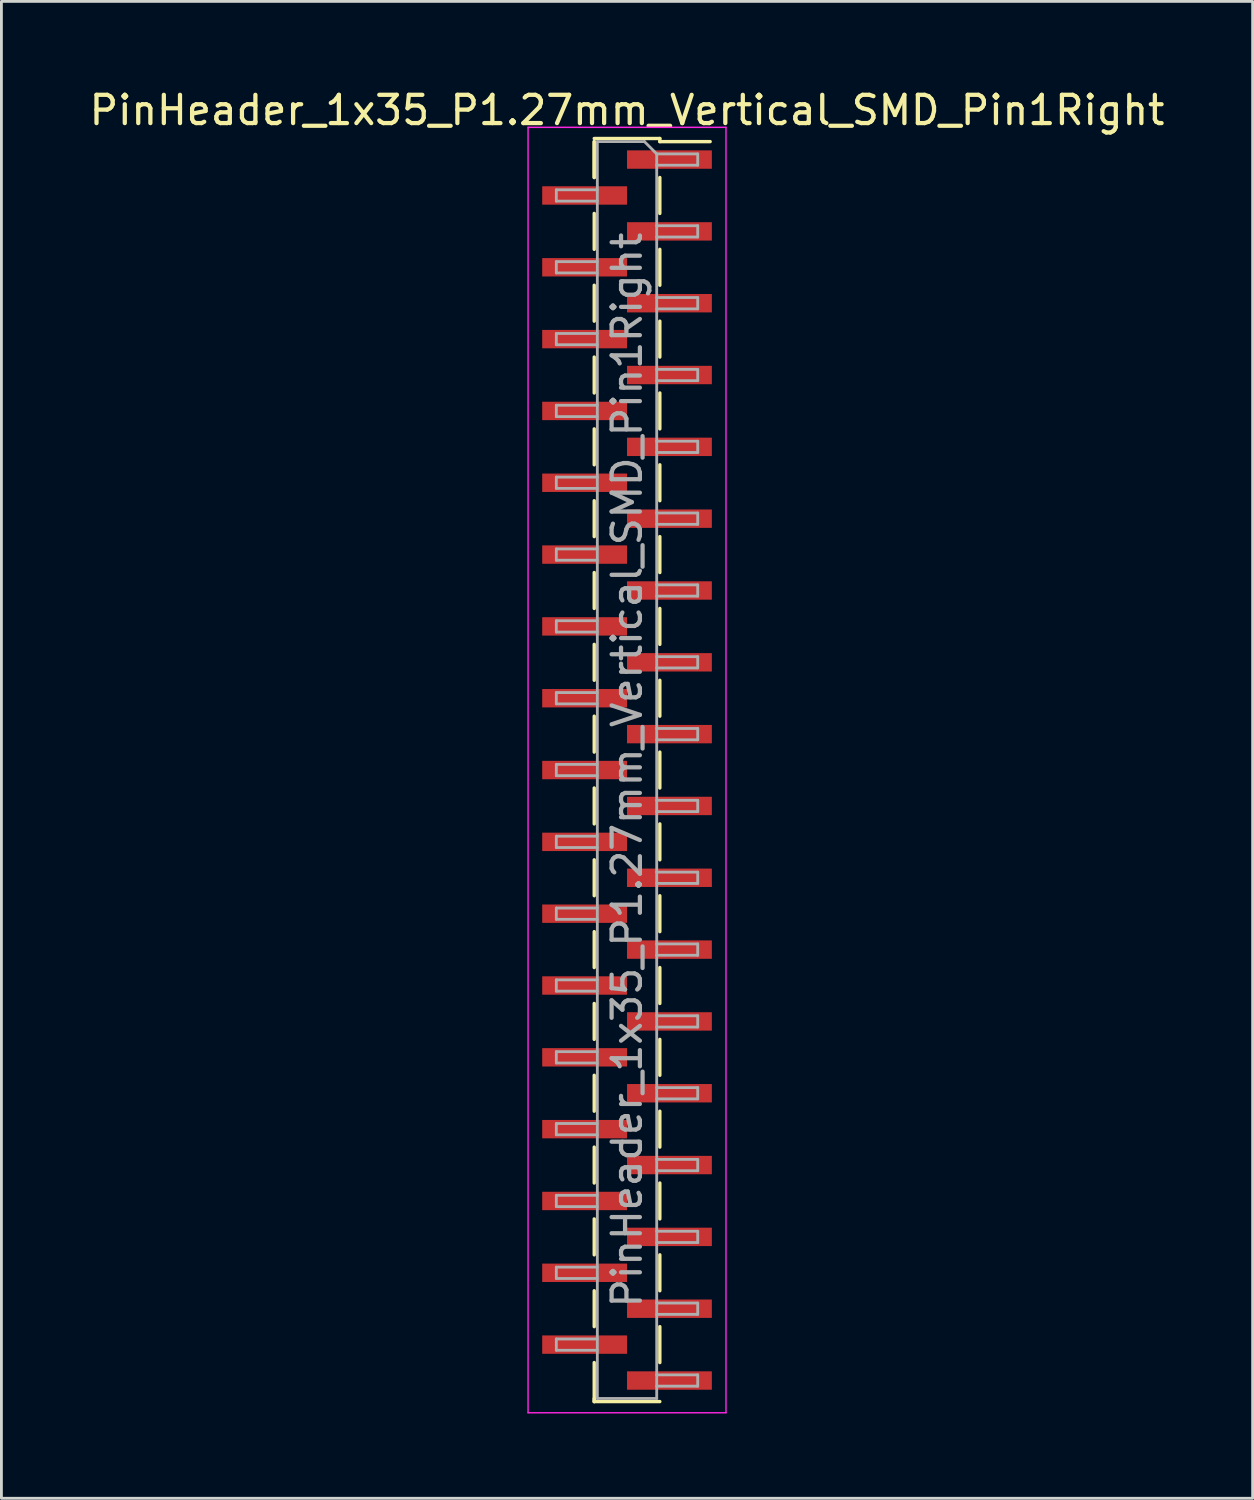
<source format=kicad_pcb>
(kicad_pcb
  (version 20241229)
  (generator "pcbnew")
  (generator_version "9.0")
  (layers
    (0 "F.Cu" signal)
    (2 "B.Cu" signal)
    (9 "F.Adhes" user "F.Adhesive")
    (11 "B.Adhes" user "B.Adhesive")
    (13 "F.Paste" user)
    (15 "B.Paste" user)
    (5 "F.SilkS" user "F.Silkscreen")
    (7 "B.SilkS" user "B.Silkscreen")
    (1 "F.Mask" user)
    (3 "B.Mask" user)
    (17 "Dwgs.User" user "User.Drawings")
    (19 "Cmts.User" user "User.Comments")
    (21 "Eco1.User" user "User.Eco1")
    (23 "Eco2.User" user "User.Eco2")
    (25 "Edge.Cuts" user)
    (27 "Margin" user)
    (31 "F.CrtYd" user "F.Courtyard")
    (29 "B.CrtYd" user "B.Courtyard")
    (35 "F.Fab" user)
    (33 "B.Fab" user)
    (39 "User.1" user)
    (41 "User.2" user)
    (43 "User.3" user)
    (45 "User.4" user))
  (footprint "PinHeader_1x35_P1.27mm_Vertical_SMD_Pin1Right"
    (layer "F.Cu")
    (at 19.125 24.183)
    (property "Reference" "PinHeader_1x35_P1.27mm_Vertical_SMD_Pin1Right" (at 0 -23.335 0) (layer "F.SilkS") (effects (font (size 1 1) (thickness 0.15))))
    (attr smd)
    (fp_line (start -1.16 -22.335) (end 1.16 -22.335) (stroke (width 0.12) (type solid)) (layer "F.SilkS"))
    (fp_line (start -1.16 -22.225) (end -1.16 -20.955) (stroke (width 0.12) (type solid)) (layer "F.SilkS"))
    (fp_line (start -1.16 -22.225) (end -1.16 -20.955) (stroke (width 0.12) (type solid)) (layer "F.SilkS"))
    (fp_line (start -1.16 -19.685) (end -1.16 -18.415) (stroke (width 0.12) (type solid)) (layer "F.SilkS"))
    (fp_line (start -1.16 -17.145) (end -1.16 -15.875) (stroke (width 0.12) (type solid)) (layer "F.SilkS"))
    (fp_line (start -1.16 -14.605) (end -1.16 -13.335) (stroke (width 0.12) (type solid)) (layer "F.SilkS"))
    (fp_line (start -1.16 -12.065) (end -1.16 -10.795) (stroke (width 0.12) (type solid)) (layer "F.SilkS"))
    (fp_line (start -1.16 -9.525) (end -1.16 -8.255) (stroke (width 0.12) (type solid)) (layer "F.SilkS"))
    (fp_line (start -1.16 -6.985) (end -1.16 -5.715) (stroke (width 0.12) (type solid)) (layer "F.SilkS"))
    (fp_line (start -1.16 -4.445) (end -1.16 -3.175) (stroke (width 0.12) (type solid)) (layer "F.SilkS"))
    (fp_line (start -1.16 -1.905) (end -1.16 -0.635) (stroke (width 0.12) (type solid)) (layer "F.SilkS"))
    (fp_line (start -1.16 0.635) (end -1.16 1.905) (stroke (width 0.12) (type solid)) (layer "F.SilkS"))
    (fp_line (start -1.16 3.175) (end -1.16 4.445) (stroke (width 0.12) (type solid)) (layer "F.SilkS"))
    (fp_line (start -1.16 5.715) (end -1.16 6.985) (stroke (width 0.12) (type solid)) (layer "F.SilkS"))
    (fp_line (start -1.16 8.255) (end -1.16 9.525) (stroke (width 0.12) (type solid)) (layer "F.SilkS"))
    (fp_line (start -1.16 10.795) (end -1.16 12.065) (stroke (width 0.12) (type solid)) (layer "F.SilkS"))
    (fp_line (start -1.16 13.335) (end -1.16 14.605) (stroke (width 0.12) (type solid)) (layer "F.SilkS"))
    (fp_line (start -1.16 15.875) (end -1.16 17.145) (stroke (width 0.12) (type solid)) (layer "F.SilkS"))
    (fp_line (start -1.16 18.415) (end -1.16 19.685) (stroke (width 0.12) (type solid)) (layer "F.SilkS"))
    (fp_line (start -1.16 20.955) (end -1.16 22.335) (stroke (width 0.12) (type solid)) (layer "F.SilkS"))
    (fp_line (start -1.16 22.225) (end -1.16 22.335) (stroke (width 0.12) (type solid)) (layer "F.SilkS"))
    (fp_line (start -1.16 22.335) (end 1.16 22.335) (stroke (width 0.12) (type solid)) (layer "F.SilkS"))
    (fp_line (start 1.16 -22.335) (end 1.16 -22.225) (stroke (width 0.12) (type solid)) (layer "F.SilkS"))
    (fp_line (start 1.16 -22.225) (end 2.94 -22.225) (stroke (width 0.12) (type solid)) (layer "F.SilkS"))
    (fp_line (start 1.16 -20.955) (end 1.16 -19.685) (stroke (width 0.12) (type solid)) (layer "F.SilkS"))
    (fp_line (start 1.16 -18.415) (end 1.16 -17.145) (stroke (width 0.12) (type solid)) (layer "F.SilkS"))
    (fp_line (start 1.16 -15.875) (end 1.16 -14.605) (stroke (width 0.12) (type solid)) (layer "F.SilkS"))
    (fp_line (start 1.16 -13.335) (end 1.16 -12.065) (stroke (width 0.12) (type solid)) (layer "F.SilkS"))
    (fp_line (start 1.16 -10.795) (end 1.16 -9.525) (stroke (width 0.12) (type solid)) (layer "F.SilkS"))
    (fp_line (start 1.16 -8.255) (end 1.16 -6.985) (stroke (width 0.12) (type solid)) (layer "F.SilkS"))
    (fp_line (start 1.16 -5.715) (end 1.16 -4.445) (stroke (width 0.12) (type solid)) (layer "F.SilkS"))
    (fp_line (start 1.16 -3.175) (end 1.16 -1.905) (stroke (width 0.12) (type solid)) (layer "F.SilkS"))
    (fp_line (start 1.16 -0.635) (end 1.16 0.635) (stroke (width 0.12) (type solid)) (layer "F.SilkS"))
    (fp_line (start 1.16 1.905) (end 1.16 3.175) (stroke (width 0.12) (type solid)) (layer "F.SilkS"))
    (fp_line (start 1.16 4.445) (end 1.16 5.715) (stroke (width 0.12) (type solid)) (layer "F.SilkS"))
    (fp_line (start 1.16 6.985) (end 1.16 8.255) (stroke (width 0.12) (type solid)) (layer "F.SilkS"))
    (fp_line (start 1.16 9.525) (end 1.16 10.795) (stroke (width 0.12) (type solid)) (layer "F.SilkS"))
    (fp_line (start 1.16 12.065) (end 1.16 13.335) (stroke (width 0.12) (type solid)) (layer "F.SilkS"))
    (fp_line (start 1.16 14.605) (end 1.16 15.875) (stroke (width 0.12) (type solid)) (layer "F.SilkS"))
    (fp_line (start 1.16 17.145) (end 1.16 18.415) (stroke (width 0.12) (type solid)) (layer "F.SilkS"))
    (fp_line (start 1.16 19.685) (end 1.16 20.955) (stroke (width 0.12) (type solid)) (layer "F.SilkS"))
    (fp_line (start -3.5 -22.73) (end -3.5 22.73) (stroke (width 0.05) (type solid)) (layer "F.CrtYd"))
    (fp_line (start -3.5 22.73) (end 3.5 22.73) (stroke (width 0.05) (type solid)) (layer "F.CrtYd"))
    (fp_line (start 3.5 -22.73) (end -3.5 -22.73) (stroke (width 0.05) (type solid)) (layer "F.CrtYd"))
    (fp_line (start 3.5 22.73) (end 3.5 -22.73) (stroke (width 0.05) (type solid)) (layer "F.CrtYd"))
    (fp_line (start -2.5 -20.52) (end -2.5 -20.12) (stroke (width 0.1) (type solid)) (layer "F.Fab"))
    (fp_line (start -2.5 -20.12) (end -1.05 -20.12) (stroke (width 0.1) (type solid)) (layer "F.Fab"))
    (fp_line (start -2.5 -17.98) (end -2.5 -17.58) (stroke (width 0.1) (type solid)) (layer "F.Fab"))
    (fp_line (start -2.5 -17.58) (end -1.05 -17.58) (stroke (width 0.1) (type solid)) (layer "F.Fab"))
    (fp_line (start -2.5 -15.44) (end -2.5 -15.04) (stroke (width 0.1) (type solid)) (layer "F.Fab"))
    (fp_line (start -2.5 -15.04) (end -1.05 -15.04) (stroke (width 0.1) (type solid)) (layer "F.Fab"))
    (fp_line (start -2.5 -12.9) (end -2.5 -12.5) (stroke (width 0.1) (type solid)) (layer "F.Fab"))
    (fp_line (start -2.5 -12.5) (end -1.05 -12.5) (stroke (width 0.1) (type solid)) (layer "F.Fab"))
    (fp_line (start -2.5 -10.36) (end -2.5 -9.96) (stroke (width 0.1) (type solid)) (layer "F.Fab"))
    (fp_line (start -2.5 -9.96) (end -1.05 -9.96) (stroke (width 0.1) (type solid)) (layer "F.Fab"))
    (fp_line (start -2.5 -7.82) (end -2.5 -7.42) (stroke (width 0.1) (type solid)) (layer "F.Fab"))
    (fp_line (start -2.5 -7.42) (end -1.05 -7.42) (stroke (width 0.1) (type solid)) (layer "F.Fab"))
    (fp_line (start -2.5 -5.28) (end -2.5 -4.88) (stroke (width 0.1) (type solid)) (layer "F.Fab"))
    (fp_line (start -2.5 -4.88) (end -1.05 -4.88) (stroke (width 0.1) (type solid)) (layer "F.Fab"))
    (fp_line (start -2.5 -2.74) (end -2.5 -2.34) (stroke (width 0.1) (type solid)) (layer "F.Fab"))
    (fp_line (start -2.5 -2.34) (end -1.05 -2.34) (stroke (width 0.1) (type solid)) (layer "F.Fab"))
    (fp_line (start -2.5 -0.2) (end -2.5 0.2) (stroke (width 0.1) (type solid)) (layer "F.Fab"))
    (fp_line (start -2.5 0.2) (end -1.05 0.2) (stroke (width 0.1) (type solid)) (layer "F.Fab"))
    (fp_line (start -2.5 2.34) (end -2.5 2.74) (stroke (width 0.1) (type solid)) (layer "F.Fab"))
    (fp_line (start -2.5 2.74) (end -1.05 2.74) (stroke (width 0.1) (type solid)) (layer "F.Fab"))
    (fp_line (start -2.5 4.88) (end -2.5 5.28) (stroke (width 0.1) (type solid)) (layer "F.Fab"))
    (fp_line (start -2.5 5.28) (end -1.05 5.28) (stroke (width 0.1) (type solid)) (layer "F.Fab"))
    (fp_line (start -2.5 7.42) (end -2.5 7.82) (stroke (width 0.1) (type solid)) (layer "F.Fab"))
    (fp_line (start -2.5 7.82) (end -1.05 7.82) (stroke (width 0.1) (type solid)) (layer "F.Fab"))
    (fp_line (start -2.5 9.96) (end -2.5 10.36) (stroke (width 0.1) (type solid)) (layer "F.Fab"))
    (fp_line (start -2.5 10.36) (end -1.05 10.36) (stroke (width 0.1) (type solid)) (layer "F.Fab"))
    (fp_line (start -2.5 12.5) (end -2.5 12.9) (stroke (width 0.1) (type solid)) (layer "F.Fab"))
    (fp_line (start -2.5 12.9) (end -1.05 12.9) (stroke (width 0.1) (type solid)) (layer "F.Fab"))
    (fp_line (start -2.5 15.04) (end -2.5 15.44) (stroke (width 0.1) (type solid)) (layer "F.Fab"))
    (fp_line (start -2.5 15.44) (end -1.05 15.44) (stroke (width 0.1) (type solid)) (layer "F.Fab"))
    (fp_line (start -2.5 17.58) (end -2.5 17.98) (stroke (width 0.1) (type solid)) (layer "F.Fab"))
    (fp_line (start -2.5 17.98) (end -1.05 17.98) (stroke (width 0.1) (type solid)) (layer "F.Fab"))
    (fp_line (start -2.5 20.12) (end -2.5 20.52) (stroke (width 0.1) (type solid)) (layer "F.Fab"))
    (fp_line (start -2.5 20.52) (end -1.05 20.52) (stroke (width 0.1) (type solid)) (layer "F.Fab"))
    (fp_line (start -1.05 -22.225) (end -1.05 22.225) (stroke (width 0.1) (type solid)) (layer "F.Fab"))
    (fp_line (start -1.05 -22.225) (end 0.615 -22.225) (stroke (width 0.1) (type solid)) (layer "F.Fab"))
    (fp_line (start -1.05 -20.52) (end -2.5 -20.52) (stroke (width 0.1) (type solid)) (layer "F.Fab"))
    (fp_line (start -1.05 -17.98) (end -2.5 -17.98) (stroke (width 0.1) (type solid)) (layer "F.Fab"))
    (fp_line (start -1.05 -15.44) (end -2.5 -15.44) (stroke (width 0.1) (type solid)) (layer "F.Fab"))
    (fp_line (start -1.05 -12.9) (end -2.5 -12.9) (stroke (width 0.1) (type solid)) (layer "F.Fab"))
    (fp_line (start -1.05 -10.36) (end -2.5 -10.36) (stroke (width 0.1) (type solid)) (layer "F.Fab"))
    (fp_line (start -1.05 -7.82) (end -2.5 -7.82) (stroke (width 0.1) (type solid)) (layer "F.Fab"))
    (fp_line (start -1.05 -5.28) (end -2.5 -5.28) (stroke (width 0.1) (type solid)) (layer "F.Fab"))
    (fp_line (start -1.05 -2.74) (end -2.5 -2.74) (stroke (width 0.1) (type solid)) (layer "F.Fab"))
    (fp_line (start -1.05 -0.2) (end -2.5 -0.2) (stroke (width 0.1) (type solid)) (layer "F.Fab"))
    (fp_line (start -1.05 2.34) (end -2.5 2.34) (stroke (width 0.1) (type solid)) (layer "F.Fab"))
    (fp_line (start -1.05 4.88) (end -2.5 4.88) (stroke (width 0.1) (type solid)) (layer "F.Fab"))
    (fp_line (start -1.05 7.42) (end -2.5 7.42) (stroke (width 0.1) (type solid)) (layer "F.Fab"))
    (fp_line (start -1.05 9.96) (end -2.5 9.96) (stroke (width 0.1) (type solid)) (layer "F.Fab"))
    (fp_line (start -1.05 12.5) (end -2.5 12.5) (stroke (width 0.1) (type solid)) (layer "F.Fab"))
    (fp_line (start -1.05 15.04) (end -2.5 15.04) (stroke (width 0.1) (type solid)) (layer "F.Fab"))
    (fp_line (start -1.05 17.58) (end -2.5 17.58) (stroke (width 0.1) (type solid)) (layer "F.Fab"))
    (fp_line (start -1.05 20.12) (end -2.5 20.12) (stroke (width 0.1) (type solid)) (layer "F.Fab"))
    (fp_line (start 1.05 -21.79) (end 0.615 -22.225) (stroke (width 0.1) (type solid)) (layer "F.Fab"))
    (fp_line (start 1.05 -21.79) (end 2.5 -21.79) (stroke (width 0.1) (type solid)) (layer "F.Fab"))
    (fp_line (start 1.05 -19.25) (end 2.5 -19.25) (stroke (width 0.1) (type solid)) (layer "F.Fab"))
    (fp_line (start 1.05 -16.71) (end 2.5 -16.71) (stroke (width 0.1) (type solid)) (layer "F.Fab"))
    (fp_line (start 1.05 -14.17) (end 2.5 -14.17) (stroke (width 0.1) (type solid)) (layer "F.Fab"))
    (fp_line (start 1.05 -11.63) (end 2.5 -11.63) (stroke (width 0.1) (type solid)) (layer "F.Fab"))
    (fp_line (start 1.05 -9.09) (end 2.5 -9.09) (stroke (width 0.1) (type solid)) (layer "F.Fab"))
    (fp_line (start 1.05 -6.55) (end 2.5 -6.55) (stroke (width 0.1) (type solid)) (layer "F.Fab"))
    (fp_line (start 1.05 -4.01) (end 2.5 -4.01) (stroke (width 0.1) (type solid)) (layer "F.Fab"))
    (fp_line (start 1.05 -1.47) (end 2.5 -1.47) (stroke (width 0.1) (type solid)) (layer "F.Fab"))
    (fp_line (start 1.05 1.07) (end 2.5 1.07) (stroke (width 0.1) (type solid)) (layer "F.Fab"))
    (fp_line (start 1.05 3.61) (end 2.5 3.61) (stroke (width 0.1) (type solid)) (layer "F.Fab"))
    (fp_line (start 1.05 6.15) (end 2.5 6.15) (stroke (width 0.1) (type solid)) (layer "F.Fab"))
    (fp_line (start 1.05 8.69) (end 2.5 8.69) (stroke (width 0.1) (type solid)) (layer "F.Fab"))
    (fp_line (start 1.05 11.23) (end 2.5 11.23) (stroke (width 0.1) (type solid)) (layer "F.Fab"))
    (fp_line (start 1.05 13.77) (end 2.5 13.77) (stroke (width 0.1) (type solid)) (layer "F.Fab"))
    (fp_line (start 1.05 16.31) (end 2.5 16.31) (stroke (width 0.1) (type solid)) (layer "F.Fab"))
    (fp_line (start 1.05 18.85) (end 2.5 18.85) (stroke (width 0.1) (type solid)) (layer "F.Fab"))
    (fp_line (start 1.05 21.39) (end 2.5 21.39) (stroke (width 0.1) (type solid)) (layer "F.Fab"))
    (fp_line (start 1.05 22.225) (end -1.05 22.225) (stroke (width 0.1) (type solid)) (layer "F.Fab"))
    (fp_line (start 1.05 22.225) (end 1.05 -21.79) (stroke (width 0.1) (type solid)) (layer "F.Fab"))
    (fp_line (start 2.5 -21.79) (end 2.5 -21.39) (stroke (width 0.1) (type solid)) (layer "F.Fab"))
    (fp_line (start 2.5 -21.39) (end 1.05 -21.39) (stroke (width 0.1) (type solid)) (layer "F.Fab"))
    (fp_line (start 2.5 -19.25) (end 2.5 -18.85) (stroke (width 0.1) (type solid)) (layer "F.Fab"))
    (fp_line (start 2.5 -18.85) (end 1.05 -18.85) (stroke (width 0.1) (type solid)) (layer "F.Fab"))
    (fp_line (start 2.5 -16.71) (end 2.5 -16.31) (stroke (width 0.1) (type solid)) (layer "F.Fab"))
    (fp_line (start 2.5 -16.31) (end 1.05 -16.31) (stroke (width 0.1) (type solid)) (layer "F.Fab"))
    (fp_line (start 2.5 -14.17) (end 2.5 -13.77) (stroke (width 0.1) (type solid)) (layer "F.Fab"))
    (fp_line (start 2.5 -13.77) (end 1.05 -13.77) (stroke (width 0.1) (type solid)) (layer "F.Fab"))
    (fp_line (start 2.5 -11.63) (end 2.5 -11.23) (stroke (width 0.1) (type solid)) (layer "F.Fab"))
    (fp_line (start 2.5 -11.23) (end 1.05 -11.23) (stroke (width 0.1) (type solid)) (layer "F.Fab"))
    (fp_line (start 2.5 -9.09) (end 2.5 -8.69) (stroke (width 0.1) (type solid)) (layer "F.Fab"))
    (fp_line (start 2.5 -8.69) (end 1.05 -8.69) (stroke (width 0.1) (type solid)) (layer "F.Fab"))
    (fp_line (start 2.5 -6.55) (end 2.5 -6.15) (stroke (width 0.1) (type solid)) (layer "F.Fab"))
    (fp_line (start 2.5 -6.15) (end 1.05 -6.15) (stroke (width 0.1) (type solid)) (layer "F.Fab"))
    (fp_line (start 2.5 -4.01) (end 2.5 -3.61) (stroke (width 0.1) (type solid)) (layer "F.Fab"))
    (fp_line (start 2.5 -3.61) (end 1.05 -3.61) (stroke (width 0.1) (type solid)) (layer "F.Fab"))
    (fp_line (start 2.5 -1.47) (end 2.5 -1.07) (stroke (width 0.1) (type solid)) (layer "F.Fab"))
    (fp_line (start 2.5 -1.07) (end 1.05 -1.07) (stroke (width 0.1) (type solid)) (layer "F.Fab"))
    (fp_line (start 2.5 1.07) (end 2.5 1.47) (stroke (width 0.1) (type solid)) (layer "F.Fab"))
    (fp_line (start 2.5 1.47) (end 1.05 1.47) (stroke (width 0.1) (type solid)) (layer "F.Fab"))
    (fp_line (start 2.5 3.61) (end 2.5 4.01) (stroke (width 0.1) (type solid)) (layer "F.Fab"))
    (fp_line (start 2.5 4.01) (end 1.05 4.01) (stroke (width 0.1) (type solid)) (layer "F.Fab"))
    (fp_line (start 2.5 6.15) (end 2.5 6.55) (stroke (width 0.1) (type solid)) (layer "F.Fab"))
    (fp_line (start 2.5 6.55) (end 1.05 6.55) (stroke (width 0.1) (type solid)) (layer "F.Fab"))
    (fp_line (start 2.5 8.69) (end 2.5 9.09) (stroke (width 0.1) (type solid)) (layer "F.Fab"))
    (fp_line (start 2.5 9.09) (end 1.05 9.09) (stroke (width 0.1) (type solid)) (layer "F.Fab"))
    (fp_line (start 2.5 11.23) (end 2.5 11.63) (stroke (width 0.1) (type solid)) (layer "F.Fab"))
    (fp_line (start 2.5 11.63) (end 1.05 11.63) (stroke (width 0.1) (type solid)) (layer "F.Fab"))
    (fp_line (start 2.5 13.77) (end 2.5 14.17) (stroke (width 0.1) (type solid)) (layer "F.Fab"))
    (fp_line (start 2.5 14.17) (end 1.05 14.17) (stroke (width 0.1) (type solid)) (layer "F.Fab"))
    (fp_line (start 2.5 16.31) (end 2.5 16.71) (stroke (width 0.1) (type solid)) (layer "F.Fab"))
    (fp_line (start 2.5 16.71) (end 1.05 16.71) (stroke (width 0.1) (type solid)) (layer "F.Fab"))
    (fp_line (start 2.5 18.85) (end 2.5 19.25) (stroke (width 0.1) (type solid)) (layer "F.Fab"))
    (fp_line (start 2.5 19.25) (end 1.05 19.25) (stroke (width 0.1) (type solid)) (layer "F.Fab"))
    (fp_line (start 2.5 21.39) (end 2.5 21.79) (stroke (width 0.1) (type solid)) (layer "F.Fab"))
    (fp_line (start 2.5 21.79) (end 1.05 21.79) (stroke (width 0.1) (type solid)) (layer "F.Fab"))
    (fp_text user "${REFERENCE}" (at 0 0 90) (layer "F.Fab") (effects (font (size 1 1) (thickness 0.15))))
    (pad "1" smd rect (at 1.5 -21.59) (size 3 0.65) (layers "F.Cu" "F.Mask" "F.Paste"))
    (pad "2" smd rect (at -1.5 -20.32) (size 3 0.65) (layers "F.Cu" "F.Mask" "F.Paste"))
    (pad "3" smd rect (at 1.5 -19.05) (size 3 0.65) (layers "F.Cu" "F.Mask" "F.Paste"))
    (pad "4" smd rect (at -1.5 -17.78) (size 3 0.65) (layers "F.Cu" "F.Mask" "F.Paste"))
    (pad "5" smd rect (at 1.5 -16.51) (size 3 0.65) (layers "F.Cu" "F.Mask" "F.Paste"))
    (pad "6" smd rect (at -1.5 -15.24) (size 3 0.65) (layers "F.Cu" "F.Mask" "F.Paste"))
    (pad "7" smd rect (at 1.5 -13.97) (size 3 0.65) (layers "F.Cu" "F.Mask" "F.Paste"))
    (pad "8" smd rect (at -1.5 -12.7) (size 3 0.65) (layers "F.Cu" "F.Mask" "F.Paste"))
    (pad "9" smd rect (at 1.5 -11.43) (size 3 0.65) (layers "F.Cu" "F.Mask" "F.Paste"))
    (pad "10" smd rect (at -1.5 -10.16) (size 3 0.65) (layers "F.Cu" "F.Mask" "F.Paste"))
    (pad "11" smd rect (at 1.5 -8.89) (size 3 0.65) (layers "F.Cu" "F.Mask" "F.Paste"))
    (pad "12" smd rect (at -1.5 -7.62) (size 3 0.65) (layers "F.Cu" "F.Mask" "F.Paste"))
    (pad "13" smd rect (at 1.5 -6.35) (size 3 0.65) (layers "F.Cu" "F.Mask" "F.Paste"))
    (pad "14" smd rect (at -1.5 -5.08) (size 3 0.65) (layers "F.Cu" "F.Mask" "F.Paste"))
    (pad "15" smd rect (at 1.5 -3.81) (size 3 0.65) (layers "F.Cu" "F.Mask" "F.Paste"))
    (pad "16" smd rect (at -1.5 -2.54) (size 3 0.65) (layers "F.Cu" "F.Mask" "F.Paste"))
    (pad "17" smd rect (at 1.5 -1.27) (size 3 0.65) (layers "F.Cu" "F.Mask" "F.Paste"))
    (pad "18" smd rect (at -1.5 0) (size 3 0.65) (layers "F.Cu" "F.Mask" "F.Paste"))
    (pad "19" smd rect (at 1.5 1.27) (size 3 0.65) (layers "F.Cu" "F.Mask" "F.Paste"))
    (pad "20" smd rect (at -1.5 2.54) (size 3 0.65) (layers "F.Cu" "F.Mask" "F.Paste"))
    (pad "21" smd rect (at 1.5 3.81) (size 3 0.65) (layers "F.Cu" "F.Mask" "F.Paste"))
    (pad "22" smd rect (at -1.5 5.08) (size 3 0.65) (layers "F.Cu" "F.Mask" "F.Paste"))
    (pad "23" smd rect (at 1.5 6.35) (size 3 0.65) (layers "F.Cu" "F.Mask" "F.Paste"))
    (pad "24" smd rect (at -1.5 7.62) (size 3 0.65) (layers "F.Cu" "F.Mask" "F.Paste"))
    (pad "25" smd rect (at 1.5 8.89) (size 3 0.65) (layers "F.Cu" "F.Mask" "F.Paste"))
    (pad "26" smd rect (at -1.5 10.16) (size 3 0.65) (layers "F.Cu" "F.Mask" "F.Paste"))
    (pad "27" smd rect (at 1.5 11.43) (size 3 0.65) (layers "F.Cu" "F.Mask" "F.Paste"))
    (pad "28" smd rect (at -1.5 12.7) (size 3 0.65) (layers "F.Cu" "F.Mask" "F.Paste"))
    (pad "29" smd rect (at 1.5 13.97) (size 3 0.65) (layers "F.Cu" "F.Mask" "F.Paste"))
    (pad "30" smd rect (at -1.5 15.24) (size 3 0.65) (layers "F.Cu" "F.Mask" "F.Paste"))
    (pad "31" smd rect (at 1.5 16.51) (size 3 0.65) (layers "F.Cu" "F.Mask" "F.Paste"))
    (pad "32" smd rect (at -1.5 17.78) (size 3 0.65) (layers "F.Cu" "F.Mask" "F.Paste"))
    (pad "33" smd rect (at 1.5 19.05) (size 3 0.65) (layers "F.Cu" "F.Mask" "F.Paste"))
    (pad "34" smd rect (at -1.5 20.32) (size 3 0.65) (layers "F.Cu" "F.Mask" "F.Paste"))
    (pad "35" smd rect (at 1.5 21.59) (size 3 0.65) (layers "F.Cu" "F.Mask" "F.Paste")))
  (gr_rect
    (start -3 -3)
    (end 41.25 49.938)
    (stroke (width 0.1) (type default))
    (fill no)
    (layer "Edge.Cuts")))
</source>
